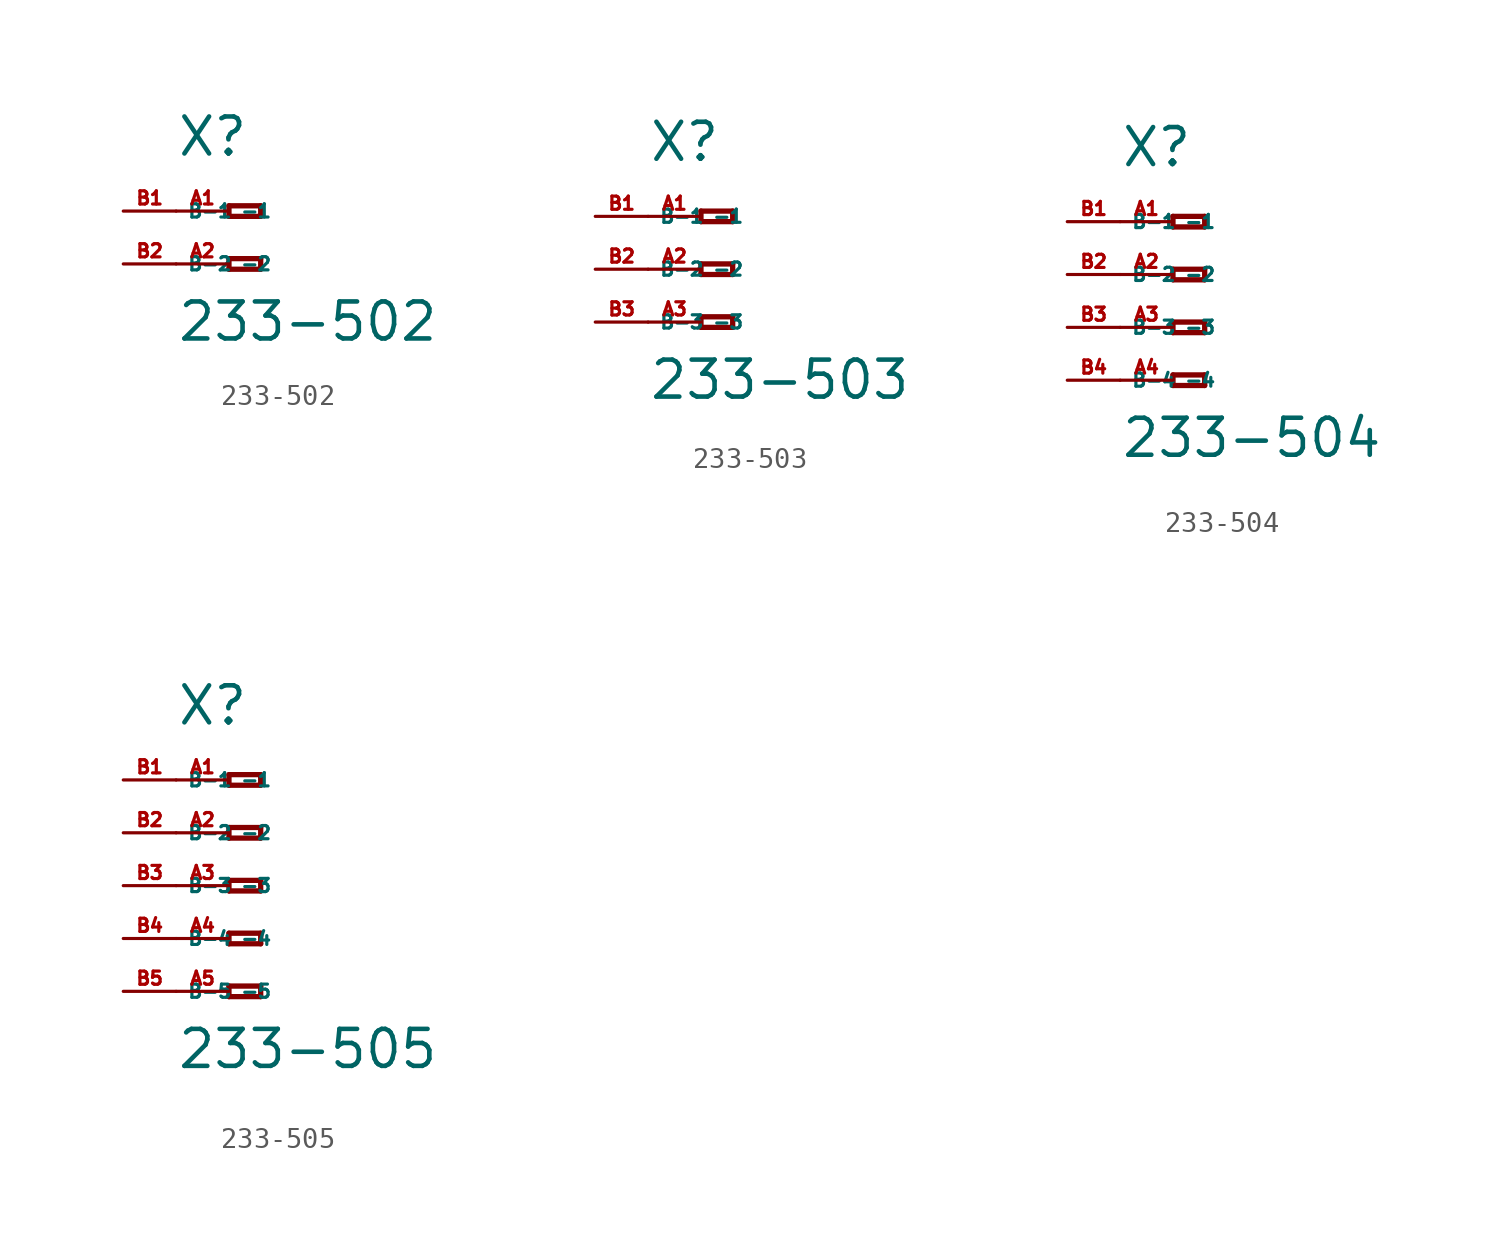
<source format=kicad_sym>
(kicad_symbol_lib
  (version 20220914)
  (generator Eagle2Kicad)
  (symbol "233-502"
    (property "Reference" "X"
      (at -5.08 2.54 0)
      (effects (font (size 1.778 1.778) (thickness 0.22)) (justify left bottom)))
    (property "Value" "233-502"
      (at -5.08 -6.35 0)
      (effects (font (size 1.778 1.778) (thickness 0.22)) (justify left bottom)))
    (polyline
      (pts (xy -2.54 0.254) (xy -2.54 -0.254))
      (stroke (width 0.254) (type default))
      (fill (type none)))
    (polyline
      (pts (xy -2.54 -0.254) (xy -1.016 -0.254))
      (stroke (width 0.254) (type default))
      (fill (type none)))
    (polyline
      (pts (xy -1.016 -0.254) (xy -1.016 0.254))
      (stroke (width 0.254) (type default))
      (fill (type none)))
    (polyline
      (pts (xy -1.016 0.254) (xy -2.54 0.254))
      (stroke (width 0.254) (type default))
      (fill (type none)))
    (polyline
      (pts (xy -2.54 -2.286) (xy -2.54 -2.794))
      (stroke (width 0.254) (type default))
      (fill (type none)))
    (polyline
      (pts (xy -2.54 -2.794) (xy -1.016 -2.794))
      (stroke (width 0.254) (type default))
      (fill (type none)))
    (polyline
      (pts (xy -1.016 -2.794) (xy -1.016 -2.286))
      (stroke (width 0.254) (type default))
      (fill (type none)))
    (polyline
      (pts (xy -1.016 -2.286) (xy -2.54 -2.286))
      (stroke (width 0.254) (type default))
      (fill (type none)))
    (pin passive line
      (at -5.08 0 0)
      (length 2.54)
      (name "-1" (effects (font (size 0.635 0.635) (thickness 0.08)) (justify left bottom)))
      (number "A1" (effects (font (size 0.635 0.635) (thickness 0.08)) (justify left bottom))))
    (pin passive line
      (at -5.08 -2.54 0)
      (length 2.54)
      (name "-2" (effects (font (size 0.635 0.635) (thickness 0.08)) (justify left bottom)))
      (number "A2" (effects (font (size 0.635 0.635) (thickness 0.08)) (justify left bottom))))
    (pin passive line
      (at -7.62 -2.54 0)
      (length 2.54)
      (name "B-2" (effects (font (size 0.635 0.635) (thickness 0.08)) (justify left bottom)))
      (number "B2" (effects (font (size 0.635 0.635) (thickness 0.08)) (justify left bottom))))
    (pin passive line
      (at -7.62 0 0)
      (length 2.54)
      (name "B-1" (effects (font (size 0.635 0.635) (thickness 0.08)) (justify left bottom)))
      (number "B1" (effects (font (size 0.635 0.635) (thickness 0.08)) (justify left bottom)))))
  (symbol "233-503"
    (property "Reference" "X"
      (at -5.08 5.08 0)
      (effects (font (size 1.778 1.778) (thickness 0.22)) (justify left bottom)))
    (property "Value" "233-503"
      (at -5.08 -6.35 0)
      (effects (font (size 1.778 1.778) (thickness 0.22)) (justify left bottom)))
    (polyline
      (pts (xy -2.54 2.794) (xy -2.54 2.286))
      (stroke (width 0.254) (type default))
      (fill (type none)))
    (polyline
      (pts (xy -2.54 2.286) (xy -1.016 2.286))
      (stroke (width 0.254) (type default))
      (fill (type none)))
    (polyline
      (pts (xy -1.016 2.286) (xy -1.016 2.794))
      (stroke (width 0.254) (type default))
      (fill (type none)))
    (polyline
      (pts (xy -1.016 2.794) (xy -2.54 2.794))
      (stroke (width 0.254) (type default))
      (fill (type none)))
    (polyline
      (pts (xy -2.54 0.254) (xy -2.54 -0.254))
      (stroke (width 0.254) (type default))
      (fill (type none)))
    (polyline
      (pts (xy -2.54 -0.254) (xy -1.016 -0.254))
      (stroke (width 0.254) (type default))
      (fill (type none)))
    (polyline
      (pts (xy -1.016 -0.254) (xy -1.016 0.254))
      (stroke (width 0.254) (type default))
      (fill (type none)))
    (polyline
      (pts (xy -1.016 0.254) (xy -2.54 0.254))
      (stroke (width 0.254) (type default))
      (fill (type none)))
    (polyline
      (pts (xy -2.54 -2.286) (xy -2.54 -2.794))
      (stroke (width 0.254) (type default))
      (fill (type none)))
    (polyline
      (pts (xy -2.54 -2.794) (xy -1.016 -2.794))
      (stroke (width 0.254) (type default))
      (fill (type none)))
    (polyline
      (pts (xy -1.016 -2.794) (xy -1.016 -2.286))
      (stroke (width 0.254) (type default))
      (fill (type none)))
    (polyline
      (pts (xy -1.016 -2.286) (xy -2.54 -2.286))
      (stroke (width 0.254) (type default))
      (fill (type none)))
    (pin passive line
      (at -5.08 2.54 0)
      (length 2.54)
      (name "-1" (effects (font (size 0.635 0.635) (thickness 0.08)) (justify left bottom)))
      (number "A1" (effects (font (size 0.635 0.635) (thickness 0.08)) (justify left bottom))))
    (pin passive line
      (at -5.08 0 0)
      (length 2.54)
      (name "-2" (effects (font (size 0.635 0.635) (thickness 0.08)) (justify left bottom)))
      (number "A2" (effects (font (size 0.635 0.635) (thickness 0.08)) (justify left bottom))))
    (pin passive line
      (at -5.08 -2.54 0)
      (length 2.54)
      (name "-3" (effects (font (size 0.635 0.635) (thickness 0.08)) (justify left bottom)))
      (number "A3" (effects (font (size 0.635 0.635) (thickness 0.08)) (justify left bottom))))
    (pin passive line
      (at -7.62 -2.54 0)
      (length 2.54)
      (name "B-3" (effects (font (size 0.635 0.635) (thickness 0.08)) (justify left bottom)))
      (number "B3" (effects (font (size 0.635 0.635) (thickness 0.08)) (justify left bottom))))
    (pin passive line
      (at -7.62 2.54 0)
      (length 2.54)
      (name "B-1" (effects (font (size 0.635 0.635) (thickness 0.08)) (justify left bottom)))
      (number "B1" (effects (font (size 0.635 0.635) (thickness 0.08)) (justify left bottom))))
    (pin passive line
      (at -7.62 0 0)
      (length 2.54)
      (name "B-2" (effects (font (size 0.635 0.635) (thickness 0.08)) (justify left bottom)))
      (number "B2" (effects (font (size 0.635 0.635) (thickness 0.08)) (justify left bottom)))))
  (symbol "233-504"
    (property "Reference" "X"
      (at -5.08 5.08 0)
      (effects (font (size 1.778 1.778) (thickness 0.22)) (justify left bottom)))
    (property "Value" "233-504"
      (at -5.08 -8.89 0)
      (effects (font (size 1.778 1.778) (thickness 0.22)) (justify left bottom)))
    (polyline
      (pts (xy -2.54 2.794) (xy -2.54 2.286))
      (stroke (width 0.254) (type default))
      (fill (type none)))
    (polyline
      (pts (xy -2.54 2.286) (xy -1.016 2.286))
      (stroke (width 0.254) (type default))
      (fill (type none)))
    (polyline
      (pts (xy -1.016 2.286) (xy -1.016 2.794))
      (stroke (width 0.254) (type default))
      (fill (type none)))
    (polyline
      (pts (xy -1.016 2.794) (xy -2.54 2.794))
      (stroke (width 0.254) (type default))
      (fill (type none)))
    (polyline
      (pts (xy -2.54 0.254) (xy -2.54 -0.254))
      (stroke (width 0.254) (type default))
      (fill (type none)))
    (polyline
      (pts (xy -2.54 -0.254) (xy -1.016 -0.254))
      (stroke (width 0.254) (type default))
      (fill (type none)))
    (polyline
      (pts (xy -1.016 -0.254) (xy -1.016 0.254))
      (stroke (width 0.254) (type default))
      (fill (type none)))
    (polyline
      (pts (xy -1.016 0.254) (xy -2.54 0.254))
      (stroke (width 0.254) (type default))
      (fill (type none)))
    (polyline
      (pts (xy -2.54 -2.286) (xy -2.54 -2.794))
      (stroke (width 0.254) (type default))
      (fill (type none)))
    (polyline
      (pts (xy -2.54 -2.794) (xy -1.016 -2.794))
      (stroke (width 0.254) (type default))
      (fill (type none)))
    (polyline
      (pts (xy -1.016 -2.794) (xy -1.016 -2.286))
      (stroke (width 0.254) (type default))
      (fill (type none)))
    (polyline
      (pts (xy -1.016 -2.286) (xy -2.54 -2.286))
      (stroke (width 0.254) (type default))
      (fill (type none)))
    (polyline
      (pts (xy -2.54 -4.826) (xy -2.54 -5.334))
      (stroke (width 0.254) (type default))
      (fill (type none)))
    (polyline
      (pts (xy -2.54 -5.334) (xy -1.016 -5.334))
      (stroke (width 0.254) (type default))
      (fill (type none)))
    (polyline
      (pts (xy -1.016 -5.334) (xy -1.016 -4.826))
      (stroke (width 0.254) (type default))
      (fill (type none)))
    (polyline
      (pts (xy -1.016 -4.826) (xy -2.54 -4.826))
      (stroke (width 0.254) (type default))
      (fill (type none)))
    (pin passive line
      (at -5.08 2.54 0)
      (length 2.54)
      (name "-1" (effects (font (size 0.635 0.635) (thickness 0.08)) (justify left bottom)))
      (number "A1" (effects (font (size 0.635 0.635) (thickness 0.08)) (justify left bottom))))
    (pin passive line
      (at -5.08 0 0)
      (length 2.54)
      (name "-2" (effects (font (size 0.635 0.635) (thickness 0.08)) (justify left bottom)))
      (number "A2" (effects (font (size 0.635 0.635) (thickness 0.08)) (justify left bottom))))
    (pin passive line
      (at -5.08 -2.54 0)
      (length 2.54)
      (name "-3" (effects (font (size 0.635 0.635) (thickness 0.08)) (justify left bottom)))
      (number "A3" (effects (font (size 0.635 0.635) (thickness 0.08)) (justify left bottom))))
    (pin passive line
      (at -5.08 -5.08 0)
      (length 2.54)
      (name "-4" (effects (font (size 0.635 0.635) (thickness 0.08)) (justify left bottom)))
      (number "A4" (effects (font (size 0.635 0.635) (thickness 0.08)) (justify left bottom))))
    (pin passive line
      (at -7.62 -5.08 0)
      (length 2.54)
      (name "B-4" (effects (font (size 0.635 0.635) (thickness 0.08)) (justify left bottom)))
      (number "B4" (effects (font (size 0.635 0.635) (thickness 0.08)) (justify left bottom))))
    (pin passive line
      (at -7.62 2.54 0)
      (length 2.54)
      (name "B-1" (effects (font (size 0.635 0.635) (thickness 0.08)) (justify left bottom)))
      (number "B1" (effects (font (size 0.635 0.635) (thickness 0.08)) (justify left bottom))))
    (pin passive line
      (at -7.62 0 0)
      (length 2.54)
      (name "B-2" (effects (font (size 0.635 0.635) (thickness 0.08)) (justify left bottom)))
      (number "B2" (effects (font (size 0.635 0.635) (thickness 0.08)) (justify left bottom))))
    (pin passive line
      (at -7.62 -2.54 0)
      (length 2.54)
      (name "B-3" (effects (font (size 0.635 0.635) (thickness 0.08)) (justify left bottom)))
      (number "B3" (effects (font (size 0.635 0.635) (thickness 0.08)) (justify left bottom)))))
  (symbol "233-505"
    (property "Reference" "X"
      (at -5.08 7.62 0)
      (effects (font (size 1.778 1.778) (thickness 0.22)) (justify left bottom)))
    (property "Value" "233-505"
      (at -5.08 -8.89 0)
      (effects (font (size 1.778 1.778) (thickness 0.22)) (justify left bottom)))
    (polyline
      (pts (xy -2.54 5.334) (xy -2.54 4.826))
      (stroke (width 0.254) (type default))
      (fill (type none)))
    (polyline
      (pts (xy -2.54 4.826) (xy -1.016 4.826))
      (stroke (width 0.254) (type default))
      (fill (type none)))
    (polyline
      (pts (xy -1.016 4.826) (xy -1.016 5.334))
      (stroke (width 0.254) (type default))
      (fill (type none)))
    (polyline
      (pts (xy -1.016 5.334) (xy -2.54 5.334))
      (stroke (width 0.254) (type default))
      (fill (type none)))
    (polyline
      (pts (xy -2.54 2.794) (xy -2.54 2.286))
      (stroke (width 0.254) (type default))
      (fill (type none)))
    (polyline
      (pts (xy -2.54 2.286) (xy -1.016 2.286))
      (stroke (width 0.254) (type default))
      (fill (type none)))
    (polyline
      (pts (xy -1.016 2.286) (xy -1.016 2.794))
      (stroke (width 0.254) (type default))
      (fill (type none)))
    (polyline
      (pts (xy -1.016 2.794) (xy -2.54 2.794))
      (stroke (width 0.254) (type default))
      (fill (type none)))
    (polyline
      (pts (xy -2.54 0.254) (xy -2.54 -0.254))
      (stroke (width 0.254) (type default))
      (fill (type none)))
    (polyline
      (pts (xy -2.54 -0.254) (xy -1.016 -0.254))
      (stroke (width 0.254) (type default))
      (fill (type none)))
    (polyline
      (pts (xy -1.016 -0.254) (xy -1.016 0.254))
      (stroke (width 0.254) (type default))
      (fill (type none)))
    (polyline
      (pts (xy -1.016 0.254) (xy -2.54 0.254))
      (stroke (width 0.254) (type default))
      (fill (type none)))
    (polyline
      (pts (xy -2.54 -2.286) (xy -2.54 -2.794))
      (stroke (width 0.254) (type default))
      (fill (type none)))
    (polyline
      (pts (xy -2.54 -2.794) (xy -1.016 -2.794))
      (stroke (width 0.254) (type default))
      (fill (type none)))
    (polyline
      (pts (xy -1.016 -2.794) (xy -1.016 -2.286))
      (stroke (width 0.254) (type default))
      (fill (type none)))
    (polyline
      (pts (xy -1.016 -2.286) (xy -2.54 -2.286))
      (stroke (width 0.254) (type default))
      (fill (type none)))
    (polyline
      (pts (xy -2.54 -4.826) (xy -2.54 -5.334))
      (stroke (width 0.254) (type default))
      (fill (type none)))
    (polyline
      (pts (xy -2.54 -5.334) (xy -1.016 -5.334))
      (stroke (width 0.254) (type default))
      (fill (type none)))
    (polyline
      (pts (xy -1.016 -5.334) (xy -1.016 -4.826))
      (stroke (width 0.254) (type default))
      (fill (type none)))
    (polyline
      (pts (xy -1.016 -4.826) (xy -2.54 -4.826))
      (stroke (width 0.254) (type default))
      (fill (type none)))
    (pin passive line
      (at -5.08 5.08 0)
      (length 2.54)
      (name "-1" (effects (font (size 0.635 0.635) (thickness 0.08)) (justify left bottom)))
      (number "A1" (effects (font (size 0.635 0.635) (thickness 0.08)) (justify left bottom))))
    (pin passive line
      (at -5.08 2.54 0)
      (length 2.54)
      (name "-2" (effects (font (size 0.635 0.635) (thickness 0.08)) (justify left bottom)))
      (number "A2" (effects (font (size 0.635 0.635) (thickness 0.08)) (justify left bottom))))
    (pin passive line
      (at -5.08 0 0)
      (length 2.54)
      (name "-3" (effects (font (size 0.635 0.635) (thickness 0.08)) (justify left bottom)))
      (number "A3" (effects (font (size 0.635 0.635) (thickness 0.08)) (justify left bottom))))
    (pin passive line
      (at -5.08 -2.54 0)
      (length 2.54)
      (name "-4" (effects (font (size 0.635 0.635) (thickness 0.08)) (justify left bottom)))
      (number "A4" (effects (font (size 0.635 0.635) (thickness 0.08)) (justify left bottom))))
    (pin passive line
      (at -5.08 -5.08 0)
      (length 2.54)
      (name "-5" (effects (font (size 0.635 0.635) (thickness 0.08)) (justify left bottom)))
      (number "A5" (effects (font (size 0.635 0.635) (thickness 0.08)) (justify left bottom))))
    (pin passive line
      (at -7.62 -5.08 0)
      (length 2.54)
      (name "B-5" (effects (font (size 0.635 0.635) (thickness 0.08)) (justify left bottom)))
      (number "B5" (effects (font (size 0.635 0.635) (thickness 0.08)) (justify left bottom))))
    (pin passive line
      (at -7.62 5.08 0)
      (length 2.54)
      (name "B-1" (effects (font (size 0.635 0.635) (thickness 0.08)) (justify left bottom)))
      (number "B1" (effects (font (size 0.635 0.635) (thickness 0.08)) (justify left bottom))))
    (pin passive line
      (at -7.62 2.54 0)
      (length 2.54)
      (name "B-2" (effects (font (size 0.635 0.635) (thickness 0.08)) (justify left bottom)))
      (number "B2" (effects (font (size 0.635 0.635) (thickness 0.08)) (justify left bottom))))
    (pin passive line
      (at -7.62 0 0)
      (length 2.54)
      (name "B-3" (effects (font (size 0.635 0.635) (thickness 0.08)) (justify left bottom)))
      (number "B3" (effects (font (size 0.635 0.635) (thickness 0.08)) (justify left bottom))))
    (pin passive line
      (at -7.62 -2.54 0)
      (length 2.54)
      (name "B-4" (effects (font (size 0.635 0.635) (thickness 0.08)) (justify left bottom)))
      (number "B4" (effects (font (size 0.635 0.635) (thickness 0.08)) (justify left bottom))))))
</source>
